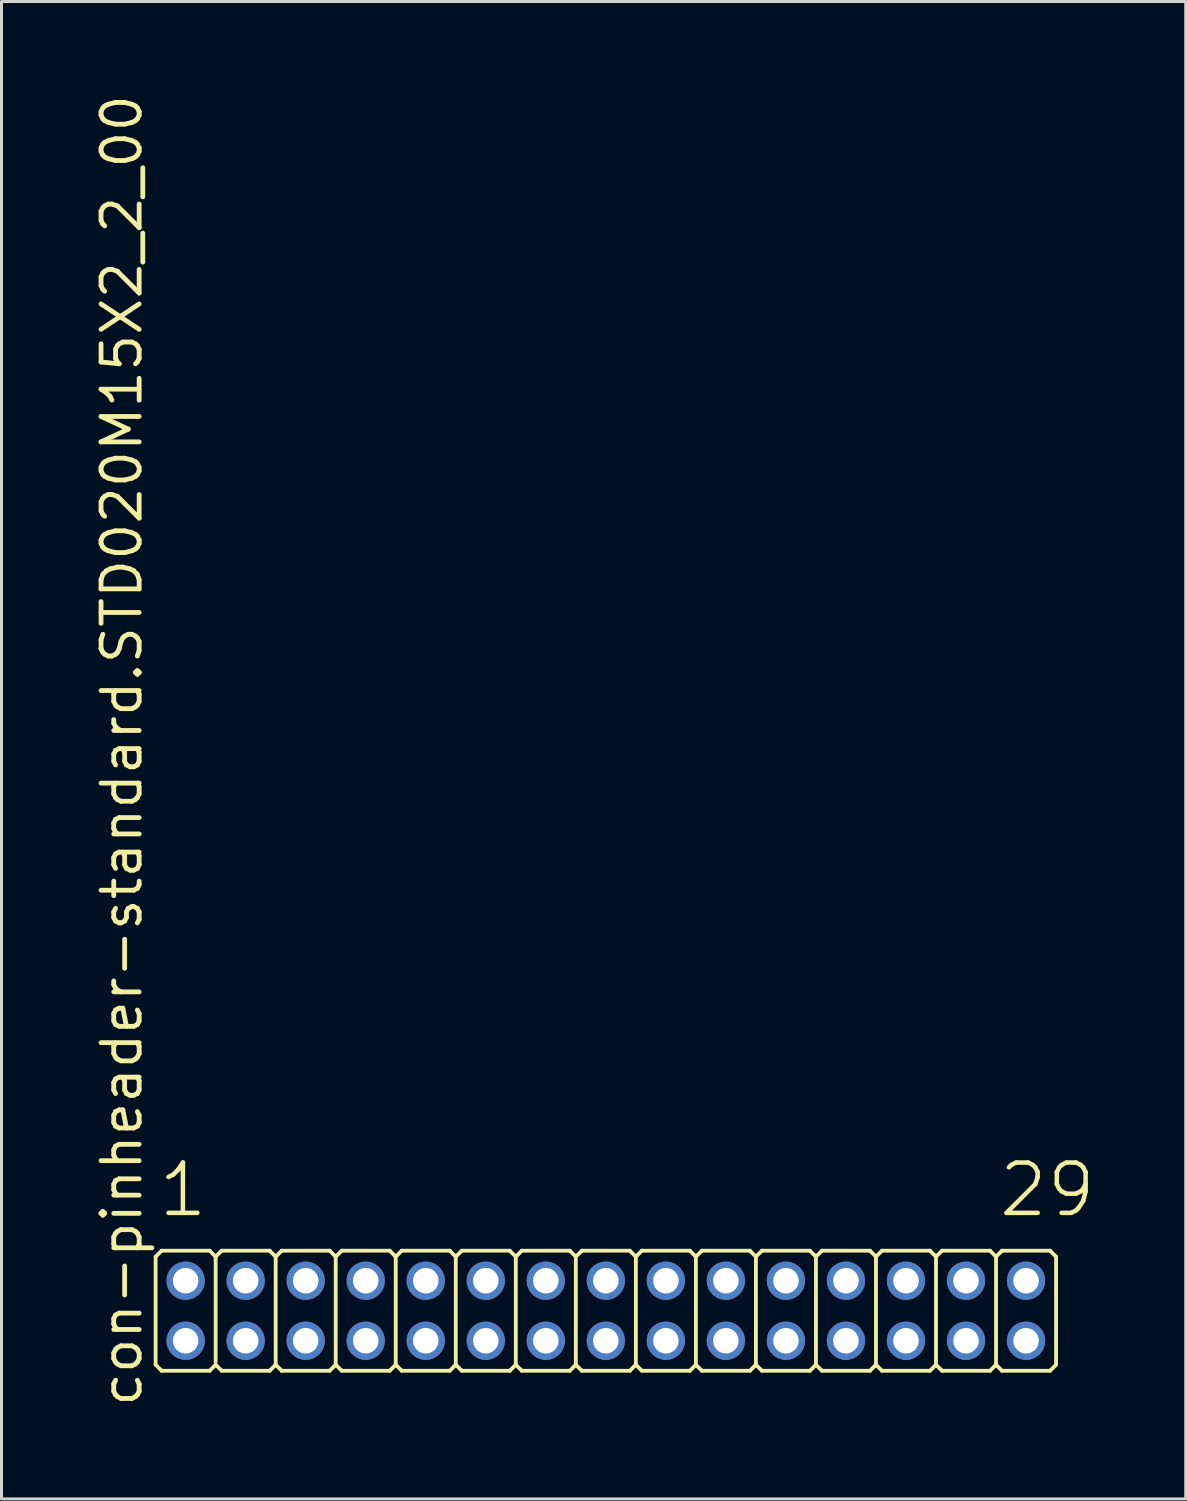
<source format=kicad_pcb>
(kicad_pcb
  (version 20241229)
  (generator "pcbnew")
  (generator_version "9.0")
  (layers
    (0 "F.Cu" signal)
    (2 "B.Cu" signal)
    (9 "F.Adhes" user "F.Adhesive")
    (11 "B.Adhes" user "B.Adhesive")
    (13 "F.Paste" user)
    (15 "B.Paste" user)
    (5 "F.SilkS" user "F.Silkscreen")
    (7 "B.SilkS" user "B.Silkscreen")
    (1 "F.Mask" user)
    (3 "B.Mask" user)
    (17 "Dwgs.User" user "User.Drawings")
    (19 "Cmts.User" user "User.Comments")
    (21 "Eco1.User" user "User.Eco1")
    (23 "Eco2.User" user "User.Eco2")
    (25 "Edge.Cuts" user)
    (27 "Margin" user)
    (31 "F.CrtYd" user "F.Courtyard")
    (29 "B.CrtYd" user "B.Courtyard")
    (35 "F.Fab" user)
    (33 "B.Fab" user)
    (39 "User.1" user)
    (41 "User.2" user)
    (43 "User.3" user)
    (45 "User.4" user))
  (footprint "con-pinheader-standard.STD020M15X2_2_00"
    (layer "F.Cu")
    (at 17.135 40.62)
    (property "Reference" "con-pinheader-standard.STD020M15X2_2_00" (at -15.385 3.27 90) (layer "F.SilkS") (effects (font (size 1.27 1.27) (thickness 0.16)) (justify left bottom)))
    (attr through_hole)
    (fp_line (start -15 1.8) (end -15 -1.8) (stroke (width 0.127) (type default)) (layer "F.SilkS"))
    (fp_line (start -14.8 -2) (end -15 -1.8) (stroke (width 0.127) (type default)) (layer "F.SilkS"))
    (fp_line (start -14.8 -2) (end -13.2 -2) (stroke (width 0.127) (type default)) (layer "F.SilkS"))
    (fp_line (start -14.8 2) (end -15 1.8) (stroke (width 0.127) (type default)) (layer "F.SilkS"))
    (fp_line (start -13.2 -2) (end -13 -1.8) (stroke (width 0.127) (type default)) (layer "F.SilkS"))
    (fp_line (start -13.2 2) (end -14.8 2) (stroke (width 0.127) (type default)) (layer "F.SilkS"))
    (fp_line (start -13.2 2) (end -13 1.8) (stroke (width 0.127) (type default)) (layer "F.SilkS"))
    (fp_line (start -13 -1.8) (end -13 1.7) (stroke (width 0.127) (type default)) (layer "F.SilkS"))
    (fp_line (start -12.8 -2) (end -13 -1.8) (stroke (width 0.127) (type default)) (layer "F.SilkS"))
    (fp_line (start -12.8 -2) (end -11.2 -2) (stroke (width 0.127) (type default)) (layer "F.SilkS"))
    (fp_line (start -12.8 2) (end -13 1.8) (stroke (width 0.127) (type default)) (layer "F.SilkS"))
    (fp_line (start -11.2 -2) (end -11 -1.8) (stroke (width 0.127) (type default)) (layer "F.SilkS"))
    (fp_line (start -11.2 2) (end -12.8 2) (stroke (width 0.127) (type default)) (layer "F.SilkS"))
    (fp_line (start -11.2 2) (end -11 1.8) (stroke (width 0.127) (type default)) (layer "F.SilkS"))
    (fp_line (start -11 -1.8) (end -11 1.8) (stroke (width 0.127) (type default)) (layer "F.SilkS"))
    (fp_line (start -10.8 -2) (end -11 -1.8) (stroke (width 0.127) (type default)) (layer "F.SilkS"))
    (fp_line (start -10.8 -2) (end -9.2 -2) (stroke (width 0.127) (type default)) (layer "F.SilkS"))
    (fp_line (start -10.8 2) (end -11 1.8) (stroke (width 0.127) (type default)) (layer "F.SilkS"))
    (fp_line (start -9.2 -2) (end -9 -1.8) (stroke (width 0.127) (type default)) (layer "F.SilkS"))
    (fp_line (start -9.2 2) (end -10.8 2) (stroke (width 0.127) (type default)) (layer "F.SilkS"))
    (fp_line (start -9.2 2) (end -9 1.8) (stroke (width 0.127) (type default)) (layer "F.SilkS"))
    (fp_line (start -9 -1.8) (end -9 1.8) (stroke (width 0.127) (type default)) (layer "F.SilkS"))
    (fp_line (start -8.8 -2) (end -9 -1.8) (stroke (width 0.127) (type default)) (layer "F.SilkS"))
    (fp_line (start -8.8 -2) (end -7.2 -2) (stroke (width 0.127) (type default)) (layer "F.SilkS"))
    (fp_line (start -8.8 2) (end -9 1.8) (stroke (width 0.127) (type default)) (layer "F.SilkS"))
    (fp_line (start -7.2 -2) (end -7 -1.8) (stroke (width 0.127) (type default)) (layer "F.SilkS"))
    (fp_line (start -7.2 2) (end -8.8 2) (stroke (width 0.127) (type default)) (layer "F.SilkS"))
    (fp_line (start -7.2 2) (end -7 1.8) (stroke (width 0.127) (type default)) (layer "F.SilkS"))
    (fp_line (start -7 -1.8) (end -7 1.8) (stroke (width 0.127) (type default)) (layer "F.SilkS"))
    (fp_line (start -6.8 -2) (end -7 -1.8) (stroke (width 0.127) (type default)) (layer "F.SilkS"))
    (fp_line (start -6.8 -2) (end -5.2 -2) (stroke (width 0.127) (type default)) (layer "F.SilkS"))
    (fp_line (start -6.8 2) (end -7 1.8) (stroke (width 0.127) (type default)) (layer "F.SilkS"))
    (fp_line (start -5.2 -2) (end -5 -1.8) (stroke (width 0.127) (type default)) (layer "F.SilkS"))
    (fp_line (start -5.2 2) (end -6.8 2) (stroke (width 0.127) (type default)) (layer "F.SilkS"))
    (fp_line (start -5.2 2) (end -5 1.8) (stroke (width 0.127) (type default)) (layer "F.SilkS"))
    (fp_line (start -5 -1.8) (end -5 1.8) (stroke (width 0.127) (type default)) (layer "F.SilkS"))
    (fp_line (start -4.8 -2) (end -5 -1.8) (stroke (width 0.127) (type default)) (layer "F.SilkS"))
    (fp_line (start -4.8 -2) (end -3.2 -2) (stroke (width 0.127) (type default)) (layer "F.SilkS"))
    (fp_line (start -4.8 2) (end -5 1.8) (stroke (width 0.127) (type default)) (layer "F.SilkS"))
    (fp_line (start -3.2 -2) (end -3 -1.8) (stroke (width 0.127) (type default)) (layer "F.SilkS"))
    (fp_line (start -3.2 2) (end -4.8 2) (stroke (width 0.127) (type default)) (layer "F.SilkS"))
    (fp_line (start -3.2 2) (end -3 1.8) (stroke (width 0.127) (type default)) (layer "F.SilkS"))
    (fp_line (start -3 -1.8) (end -3 1.8) (stroke (width 0.127) (type default)) (layer "F.SilkS"))
    (fp_line (start -2.8 -2) (end -3 -1.8) (stroke (width 0.127) (type default)) (layer "F.SilkS"))
    (fp_line (start -2.8 -2) (end -1.2 -2) (stroke (width 0.127) (type default)) (layer "F.SilkS"))
    (fp_line (start -2.8 2) (end -3 1.8) (stroke (width 0.127) (type default)) (layer "F.SilkS"))
    (fp_line (start -1.2 -2) (end -1 -1.8) (stroke (width 0.127) (type default)) (layer "F.SilkS"))
    (fp_line (start -1.2 2) (end -2.8 2) (stroke (width 0.127) (type default)) (layer "F.SilkS"))
    (fp_line (start -1.2 2) (end -1 1.8) (stroke (width 0.127) (type default)) (layer "F.SilkS"))
    (fp_line (start -1 -1.8) (end -1 1.8) (stroke (width 0.127) (type default)) (layer "F.SilkS"))
    (fp_line (start -0.8 -2) (end -1 -1.8) (stroke (width 0.127) (type default)) (layer "F.SilkS"))
    (fp_line (start -0.8 -2) (end 0.8 -2) (stroke (width 0.127) (type default)) (layer "F.SilkS"))
    (fp_line (start -0.8 2) (end -1 1.8) (stroke (width 0.127) (type default)) (layer "F.SilkS"))
    (fp_line (start 0.8 -2) (end 1 -1.8) (stroke (width 0.127) (type default)) (layer "F.SilkS"))
    (fp_line (start 0.8 2) (end -0.8 2) (stroke (width 0.127) (type default)) (layer "F.SilkS"))
    (fp_line (start 0.8 2) (end 1 1.8) (stroke (width 0.127) (type default)) (layer "F.SilkS"))
    (fp_line (start 1 -1.8) (end 1 1.8) (stroke (width 0.127) (type default)) (layer "F.SilkS"))
    (fp_line (start 1.2 -2) (end 1 -1.8) (stroke (width 0.127) (type default)) (layer "F.SilkS"))
    (fp_line (start 1.2 -2) (end 2.8 -2) (stroke (width 0.127) (type default)) (layer "F.SilkS"))
    (fp_line (start 1.2 2) (end 1 1.8) (stroke (width 0.127) (type default)) (layer "F.SilkS"))
    (fp_line (start 2.8 -2) (end 3 -1.8) (stroke (width 0.127) (type default)) (layer "F.SilkS"))
    (fp_line (start 2.8 2) (end 1.2 2) (stroke (width 0.127) (type default)) (layer "F.SilkS"))
    (fp_line (start 2.8 2) (end 3 1.8) (stroke (width 0.127) (type default)) (layer "F.SilkS"))
    (fp_line (start 3 -1.8) (end 3 1.8) (stroke (width 0.127) (type default)) (layer "F.SilkS"))
    (fp_line (start 3.2 -2) (end 3 -1.8) (stroke (width 0.127) (type default)) (layer "F.SilkS"))
    (fp_line (start 3.2 -2) (end 4.8 -2) (stroke (width 0.127) (type default)) (layer "F.SilkS"))
    (fp_line (start 3.2 2) (end 3 1.8) (stroke (width 0.127) (type default)) (layer "F.SilkS"))
    (fp_line (start 4.8 -2) (end 5 -1.8) (stroke (width 0.127) (type default)) (layer "F.SilkS"))
    (fp_line (start 4.8 2) (end 3.2 2) (stroke (width 0.127) (type default)) (layer "F.SilkS"))
    (fp_line (start 4.8 2) (end 5 1.8) (stroke (width 0.127) (type default)) (layer "F.SilkS"))
    (fp_line (start 5 -1.8) (end 5 1.8) (stroke (width 0.127) (type default)) (layer "F.SilkS"))
    (fp_line (start 5.2 -2) (end 5 -1.8) (stroke (width 0.127) (type default)) (layer "F.SilkS"))
    (fp_line (start 5.2 -2) (end 6.8 -2) (stroke (width 0.127) (type default)) (layer "F.SilkS"))
    (fp_line (start 5.2 2) (end 5 1.8) (stroke (width 0.127) (type default)) (layer "F.SilkS"))
    (fp_line (start 6.8 -2) (end 7 -1.8) (stroke (width 0.127) (type default)) (layer "F.SilkS"))
    (fp_line (start 6.8 2) (end 5.2 2) (stroke (width 0.127) (type default)) (layer "F.SilkS"))
    (fp_line (start 6.8 2) (end 7 1.8) (stroke (width 0.127) (type default)) (layer "F.SilkS"))
    (fp_line (start 7 -1.8) (end 7 1.8) (stroke (width 0.127) (type default)) (layer "F.SilkS"))
    (fp_line (start 7.2 -2) (end 7 -1.8) (stroke (width 0.127) (type default)) (layer "F.SilkS"))
    (fp_line (start 7.2 -2) (end 8.8 -2) (stroke (width 0.127) (type default)) (layer "F.SilkS"))
    (fp_line (start 7.2 2) (end 7 1.8) (stroke (width 0.127) (type default)) (layer "F.SilkS"))
    (fp_line (start 8.8 -2) (end 9 -1.8) (stroke (width 0.127) (type default)) (layer "F.SilkS"))
    (fp_line (start 8.8 2) (end 7.2 2) (stroke (width 0.127) (type default)) (layer "F.SilkS"))
    (fp_line (start 8.8 2) (end 9 1.8) (stroke (width 0.127) (type default)) (layer "F.SilkS"))
    (fp_line (start 9 -1.8) (end 9 1.8) (stroke (width 0.127) (type default)) (layer "F.SilkS"))
    (fp_line (start 9.2 -2) (end 9 -1.8) (stroke (width 0.127) (type default)) (layer "F.SilkS"))
    (fp_line (start 9.2 -2) (end 10.8 -2) (stroke (width 0.127) (type default)) (layer "F.SilkS"))
    (fp_line (start 9.2 2) (end 9 1.8) (stroke (width 0.127) (type default)) (layer "F.SilkS"))
    (fp_line (start 10.8 -2) (end 11 -1.8) (stroke (width 0.127) (type default)) (layer "F.SilkS"))
    (fp_line (start 10.8 2) (end 9.2 2) (stroke (width 0.127) (type default)) (layer "F.SilkS"))
    (fp_line (start 10.8 2) (end 11 1.8) (stroke (width 0.127) (type default)) (layer "F.SilkS"))
    (fp_line (start 11 -1.8) (end 11 1.8) (stroke (width 0.127) (type default)) (layer "F.SilkS"))
    (fp_line (start 11.2 -2) (end 11 -1.8) (stroke (width 0.127) (type default)) (layer "F.SilkS"))
    (fp_line (start 11.2 -2) (end 12.8 -2) (stroke (width 0.127) (type default)) (layer "F.SilkS"))
    (fp_line (start 11.2 2) (end 11 1.8) (stroke (width 0.127) (type default)) (layer "F.SilkS"))
    (fp_line (start 12.8 -2) (end 13 -1.8) (stroke (width 0.127) (type default)) (layer "F.SilkS"))
    (fp_line (start 12.8 2) (end 11.2 2) (stroke (width 0.127) (type default)) (layer "F.SilkS"))
    (fp_line (start 12.8 2) (end 13 1.8) (stroke (width 0.127) (type default)) (layer "F.SilkS"))
    (fp_line (start 13 -1.8) (end 13 1.8) (stroke (width 0.127) (type default)) (layer "F.SilkS"))
    (fp_line (start 13.2 -2) (end 13 -1.8) (stroke (width 0.127) (type default)) (layer "F.SilkS"))
    (fp_line (start 13.2 -2) (end 14.8 -2) (stroke (width 0.127) (type default)) (layer "F.SilkS"))
    (fp_line (start 13.2 2) (end 13 1.8) (stroke (width 0.127) (type default)) (layer "F.SilkS"))
    (fp_line (start 14.8 -2) (end 15 -1.8) (stroke (width 0.127) (type default)) (layer "F.SilkS"))
    (fp_line (start 14.8 2) (end 13.2 2) (stroke (width 0.127) (type default)) (layer "F.SilkS"))
    (fp_line (start 14.8 2) (end 15 1.8) (stroke (width 0.127) (type default)) (layer "F.SilkS"))
    (fp_line (start 15 -1.8) (end 15 1.8) (stroke (width 0.127) (type default)) (layer "F.SilkS"))
    (fp_rect (start -14.25 -0.75) (end -13.75 -1.25) (stroke (width 0.05) (type default)) (fill no) (layer "F.Fab"))
    (fp_rect (start -14.25 1.25) (end -13.75 0.75) (stroke (width 0.05) (type default)) (fill no) (layer "F.Fab"))
    (fp_rect (start -12.25 -0.75) (end -11.75 -1.25) (stroke (width 0.05) (type default)) (fill no) (layer "F.Fab"))
    (fp_rect (start -12.25 1.25) (end -11.75 0.75) (stroke (width 0.05) (type default)) (fill no) (layer "F.Fab"))
    (fp_rect (start -10.25 -0.75) (end -9.75 -1.25) (stroke (width 0.05) (type default)) (fill no) (layer "F.Fab"))
    (fp_rect (start -10.25 1.25) (end -9.75 0.75) (stroke (width 0.05) (type default)) (fill no) (layer "F.Fab"))
    (fp_rect (start -8.25 -0.75) (end -7.75 -1.25) (stroke (width 0.05) (type default)) (fill no) (layer "F.Fab"))
    (fp_rect (start -8.25 1.25) (end -7.75 0.75) (stroke (width 0.05) (type default)) (fill no) (layer "F.Fab"))
    (fp_rect (start -6.25 -0.75) (end -5.75 -1.25) (stroke (width 0.05) (type default)) (fill no) (layer "F.Fab"))
    (fp_rect (start -6.25 1.25) (end -5.75 0.75) (stroke (width 0.05) (type default)) (fill no) (layer "F.Fab"))
    (fp_rect (start -4.25 -0.75) (end -3.75 -1.25) (stroke (width 0.05) (type default)) (fill no) (layer "F.Fab"))
    (fp_rect (start -4.25 1.25) (end -3.75 0.75) (stroke (width 0.05) (type default)) (fill no) (layer "F.Fab"))
    (fp_rect (start -2.25 -0.75) (end -1.75 -1.25) (stroke (width 0.05) (type default)) (fill no) (layer "F.Fab"))
    (fp_rect (start -2.25 1.25) (end -1.75 0.75) (stroke (width 0.05) (type default)) (fill no) (layer "F.Fab"))
    (fp_rect (start -0.25 -0.75) (end 0.25 -1.25) (stroke (width 0.05) (type default)) (fill no) (layer "F.Fab"))
    (fp_rect (start -0.25 1.25) (end 0.25 0.75) (stroke (width 0.05) (type default)) (fill no) (layer "F.Fab"))
    (fp_rect (start 1.75 -0.75) (end 2.25 -1.25) (stroke (width 0.05) (type default)) (fill no) (layer "F.Fab"))
    (fp_rect (start 1.75 1.25) (end 2.25 0.75) (stroke (width 0.05) (type default)) (fill no) (layer "F.Fab"))
    (fp_rect (start 3.75 -0.75) (end 4.25 -1.25) (stroke (width 0.05) (type default)) (fill no) (layer "F.Fab"))
    (fp_rect (start 3.75 1.25) (end 4.25 0.75) (stroke (width 0.05) (type default)) (fill no) (layer "F.Fab"))
    (fp_rect (start 5.75 -0.75) (end 6.25 -1.25) (stroke (width 0.05) (type default)) (fill no) (layer "F.Fab"))
    (fp_rect (start 5.75 1.25) (end 6.25 0.75) (stroke (width 0.05) (type default)) (fill no) (layer "F.Fab"))
    (fp_rect (start 7.75 -0.75) (end 8.25 -1.25) (stroke (width 0.05) (type default)) (fill no) (layer "F.Fab"))
    (fp_rect (start 7.75 1.25) (end 8.25 0.75) (stroke (width 0.05) (type default)) (fill no) (layer "F.Fab"))
    (fp_rect (start 9.75 -0.75) (end 10.25 -1.25) (stroke (width 0.05) (type default)) (fill no) (layer "F.Fab"))
    (fp_rect (start 9.75 1.25) (end 10.25 0.75) (stroke (width 0.05) (type default)) (fill no) (layer "F.Fab"))
    (fp_rect (start 11.75 -0.75) (end 12.25 -1.25) (stroke (width 0.05) (type default)) (fill no) (layer "F.Fab"))
    (fp_rect (start 11.75 1.25) (end 12.25 0.75) (stroke (width 0.05) (type default)) (fill no) (layer "F.Fab"))
    (fp_rect (start 13.75 -0.75) (end 14.25 -1.25) (stroke (width 0.05) (type default)) (fill no) (layer "F.Fab"))
    (fp_rect (start 13.75 1.25) (end 14.25 0.75) (stroke (width 0.05) (type default)) (fill no) (layer "F.Fab"))
    (fp_text user "1" (at -14.988 -3.048 0) (layer "F.SilkS") (effects (font (size 1.676 1.676) (thickness 0.15)) (justify left bottom)))
    (fp_text user "29" (at 13.012 -3.048 0) (layer "F.SilkS") (effects (font (size 1.676 1.676) (thickness 0.15)) (justify left bottom)))
    (pad "1" thru_hole circle (at -14 -1) (size 1.275 1.275) (drill 0.85) (layers "*.Cu" "*.Mask"))
    (pad "2" thru_hole circle (at -14 1) (size 1.275 1.275) (drill 0.85) (layers "*.Cu" "*.Mask"))
    (pad "3" thru_hole circle (at -12 -1) (size 1.275 1.275) (drill 0.85) (layers "*.Cu" "*.Mask"))
    (pad "4" thru_hole circle (at -12 1) (size 1.275 1.275) (drill 0.85) (layers "*.Cu" "*.Mask"))
    (pad "5" thru_hole circle (at -10 -1) (size 1.275 1.275) (drill 0.85) (layers "*.Cu" "*.Mask"))
    (pad "6" thru_hole circle (at -10 1) (size 1.275 1.275) (drill 0.85) (layers "*.Cu" "*.Mask"))
    (pad "7" thru_hole circle (at -8 -1) (size 1.275 1.275) (drill 0.85) (layers "*.Cu" "*.Mask"))
    (pad "8" thru_hole circle (at -8 1) (size 1.275 1.275) (drill 0.85) (layers "*.Cu" "*.Mask"))
    (pad "9" thru_hole circle (at -6 -1) (size 1.275 1.275) (drill 0.85) (layers "*.Cu" "*.Mask"))
    (pad "10" thru_hole circle (at -6 1) (size 1.275 1.275) (drill 0.85) (layers "*.Cu" "*.Mask"))
    (pad "11" thru_hole circle (at -4 -1) (size 1.275 1.275) (drill 0.85) (layers "*.Cu" "*.Mask"))
    (pad "12" thru_hole circle (at -4 1) (size 1.275 1.275) (drill 0.85) (layers "*.Cu" "*.Mask"))
    (pad "13" thru_hole circle (at -2 -1) (size 1.275 1.275) (drill 0.85) (layers "*.Cu" "*.Mask"))
    (pad "14" thru_hole circle (at -2 1) (size 1.275 1.275) (drill 0.85) (layers "*.Cu" "*.Mask"))
    (pad "15" thru_hole circle (at 0 -1) (size 1.275 1.275) (drill 0.85) (layers "*.Cu" "*.Mask"))
    (pad "16" thru_hole circle (at 0 1) (size 1.275 1.275) (drill 0.85) (layers "*.Cu" "*.Mask"))
    (pad "17" thru_hole circle (at 2 -1) (size 1.275 1.275) (drill 0.85) (layers "*.Cu" "*.Mask"))
    (pad "18" thru_hole circle (at 2 1) (size 1.275 1.275) (drill 0.85) (layers "*.Cu" "*.Mask"))
    (pad "19" thru_hole circle (at 4 -1) (size 1.275 1.275) (drill 0.85) (layers "*.Cu" "*.Mask"))
    (pad "20" thru_hole circle (at 4 1) (size 1.275 1.275) (drill 0.85) (layers "*.Cu" "*.Mask"))
    (pad "21" thru_hole circle (at 6 -1) (size 1.275 1.275) (drill 0.85) (layers "*.Cu" "*.Mask"))
    (pad "22" thru_hole circle (at 6 1) (size 1.275 1.275) (drill 0.85) (layers "*.Cu" "*.Mask"))
    (pad "23" thru_hole circle (at 8 -1) (size 1.275 1.275) (drill 0.85) (layers "*.Cu" "*.Mask"))
    (pad "24" thru_hole circle (at 8 1) (size 1.275 1.275) (drill 0.85) (layers "*.Cu" "*.Mask"))
    (pad "25" thru_hole circle (at 10 -1) (size 1.275 1.275) (drill 0.85) (layers "*.Cu" "*.Mask"))
    (pad "26" thru_hole circle (at 10 1) (size 1.275 1.275) (drill 0.85) (layers "*.Cu" "*.Mask"))
    (pad "27" thru_hole circle (at 12 -1) (size 1.275 1.275) (drill 0.85) (layers "*.Cu" "*.Mask"))
    (pad "28" thru_hole circle (at 12 1) (size 1.275 1.275) (drill 0.85) (layers "*.Cu" "*.Mask"))
    (pad "29" thru_hole circle (at 14 -1) (size 1.275 1.275) (drill 0.85) (layers "*.Cu" "*.Mask"))
    (pad "30" thru_hole circle (at 14 1) (size 1.275 1.275) (drill 0.85) (layers "*.Cu" "*.Mask")))
  (gr_rect
    (start -3 -3)
    (end 36.455 46.89)
    (stroke (width 0.1) (type default))
    (fill no)
    (layer "Edge.Cuts")))
</source>
